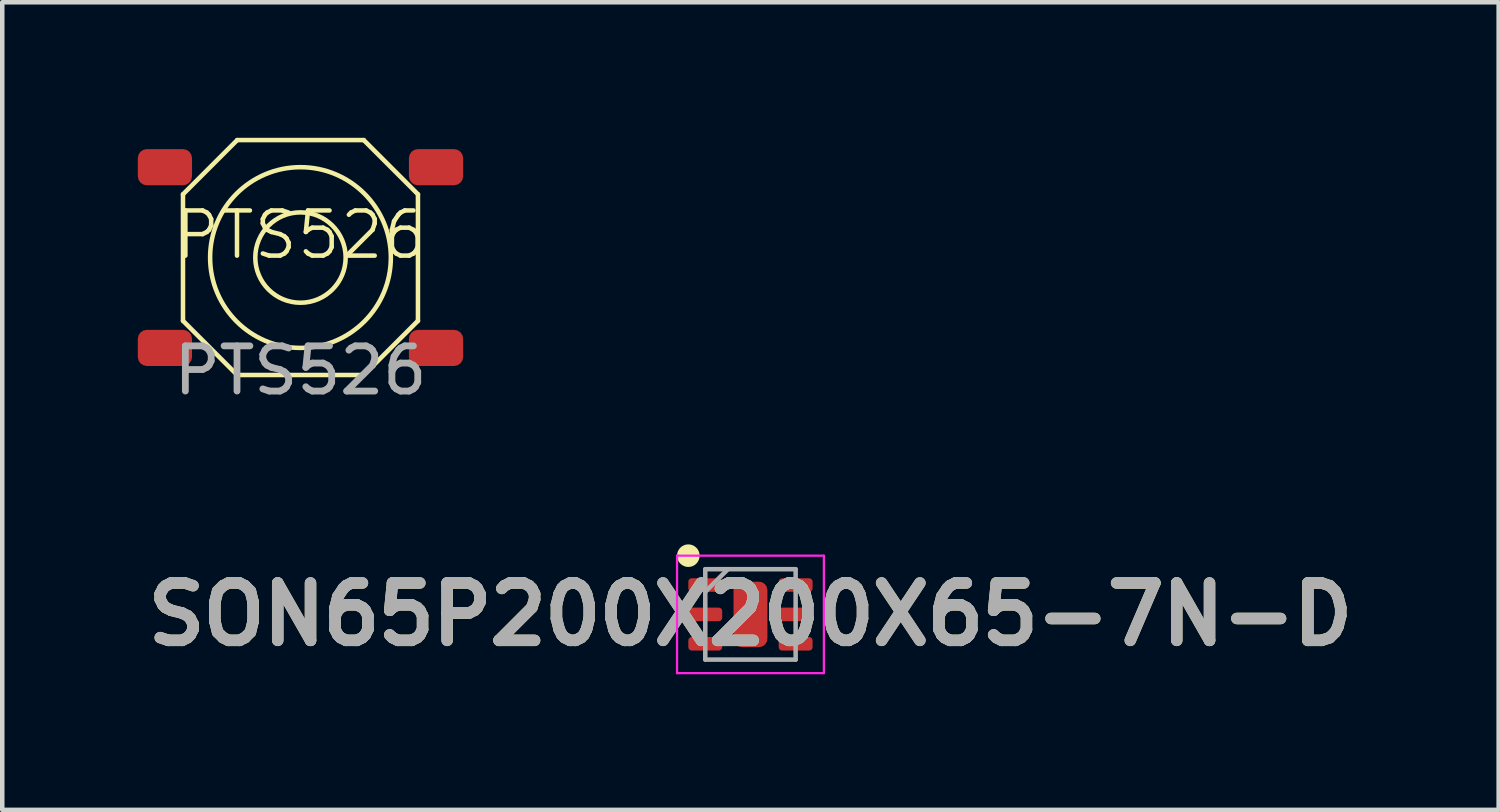
<source format=kicad_pcb>
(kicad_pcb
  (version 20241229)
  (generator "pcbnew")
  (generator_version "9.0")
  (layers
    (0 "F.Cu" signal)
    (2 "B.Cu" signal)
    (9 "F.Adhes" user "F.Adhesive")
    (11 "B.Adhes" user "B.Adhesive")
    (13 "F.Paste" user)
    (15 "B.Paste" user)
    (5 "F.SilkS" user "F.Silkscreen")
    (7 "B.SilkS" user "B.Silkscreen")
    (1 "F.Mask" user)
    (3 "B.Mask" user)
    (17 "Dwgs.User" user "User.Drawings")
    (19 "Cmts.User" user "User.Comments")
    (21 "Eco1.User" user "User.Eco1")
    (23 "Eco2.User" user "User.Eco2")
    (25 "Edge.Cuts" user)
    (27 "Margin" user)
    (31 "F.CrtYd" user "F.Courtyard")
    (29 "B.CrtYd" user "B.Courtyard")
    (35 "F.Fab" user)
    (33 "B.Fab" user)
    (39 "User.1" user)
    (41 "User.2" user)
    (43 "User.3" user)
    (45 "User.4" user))
  (footprint "SON65P200X200X65-7N-D"
    (layer "F.Cu")
    (at 13.559 10.548)
    (property "Reference" "SON65P200X200X65-7N-D" (at 0 0 0) (layer "F.SilkS") (effects (font (size 1.27 1.27) (thickness 0.254))))
    (attr smd)
    (fp_circle (center -1.375 -1.3) (end -1.375 -1.175) (stroke (width 0.25) (type solid)) (fill no) (layer "F.SilkS"))
    (fp_line (start -1.625 -1.3) (end 1.625 -1.3) (stroke (width 0.05) (type solid)) (layer "F.CrtYd"))
    (fp_line (start -1.625 1.3) (end -1.625 -1.3) (stroke (width 0.05) (type solid)) (layer "F.CrtYd"))
    (fp_line (start 1.625 -1.3) (end 1.625 1.3) (stroke (width 0.05) (type solid)) (layer "F.CrtYd"))
    (fp_line (start 1.625 1.3) (end -1.625 1.3) (stroke (width 0.05) (type solid)) (layer "F.CrtYd"))
    (fp_line (start -1 -1) (end 1 -1) (stroke (width 0.1) (type solid)) (layer "F.Fab"))
    (fp_line (start -1 -0.5) (end -0.5 -1) (stroke (width 0.1) (type solid)) (layer "F.Fab"))
    (fp_line (start -1 1) (end -1 -1) (stroke (width 0.1) (type solid)) (layer "F.Fab"))
    (fp_line (start 1 -1) (end 1 1) (stroke (width 0.1) (type solid)) (layer "F.Fab"))
    (fp_line (start 1 1) (end -1 1) (stroke (width 0.1) (type solid)) (layer "F.Fab"))
    (fp_text user "${REFERENCE}" (at 0 0 0) (layer "F.Fab") (effects (font (size 1.27 1.27) (thickness 0.254))))
    (pad "1" smd roundrect (at -1 -0.65 90) (size 0.3 0.75) (layers "F.Cu" "F.Mask" "F.Paste") (roundrect_rratio 0.25))
    (pad "2" smd roundrect (at -1 0 90) (size 0.3 0.75) (layers "F.Cu" "F.Mask" "F.Paste") (roundrect_rratio 0.25))
    (pad "3" smd roundrect (at -1 0.65 90) (size 0.3 0.75) (layers "F.Cu" "F.Mask" "F.Paste") (roundrect_rratio 0.25))
    (pad "4" smd roundrect (at 1 0.65 90) (size 0.3 0.75) (layers "F.Cu" "F.Mask" "F.Paste") (roundrect_rratio 0.25))
    (pad "5" smd roundrect (at 1 0 90) (size 0.3 0.75) (layers "F.Cu" "F.Mask" "F.Paste") (roundrect_rratio 0.25))
    (pad "6" smd roundrect (at 1 -0.65 90) (size 0.3 0.75) (layers "F.Cu" "F.Mask" "F.Paste") (roundrect_rratio 0.25))
    (pad "7" smd roundrect (at 0 0) (size 0.75 1.45) (layers "F.Cu" "F.Mask" "F.Paste") (roundrect_rratio 0.25)))
  (footprint "PTS526"
    (layer "F.Cu")
    (at 3.6 2.65)
    (property "Reference" "PTS526" (at 0 -0.5 0) (unlocked yes) (layer "F.SilkS") (effects (font (size 1 1) (thickness 0.1))))
    (attr smd)
    (fp_line (start -2.6 -1.4) (end -1.4 -2.6) (stroke (width 0.1) (type default)) (layer "F.SilkS"))
    (fp_line (start -2.6 1.4) (end -2.6 -1.4) (stroke (width 0.1) (type default)) (layer "F.SilkS"))
    (fp_line (start -1.4 -2.6) (end 1.4 -2.6) (stroke (width 0.1) (type default)) (layer "F.SilkS"))
    (fp_line (start -1.4 2.6) (end -2.6 1.4) (stroke (width 0.1) (type default)) (layer "F.SilkS"))
    (fp_line (start 1.4 2.6) (end -1.4 2.6) (stroke (width 0.1) (type default)) (layer "F.SilkS"))
    (fp_line (start 1.4 2.6) (end 2.6 1.4) (stroke (width 0.1) (type default)) (layer "F.SilkS"))
    (fp_line (start 2.6 -1.4) (end 1.4 -2.6) (stroke (width 0.1) (type default)) (layer "F.SilkS"))
    (fp_line (start 2.6 -1.4) (end 2.6 1.4) (stroke (width 0.1) (type default)) (layer "F.SilkS"))
    (fp_circle (center 0 0) (end -2 0) (stroke (width 0.1) (type default)) (fill no) (layer "F.SilkS"))
    (fp_circle (center 0 0) (end 1 0) (stroke (width 0.1) (type default)) (fill no) (layer "F.SilkS"))
    (fp_text user "${REFERENCE}" (at 0 2.5 0) (unlocked yes) (layer "F.Fab") (effects (font (size 1 1) (thickness 0.15))))
    (pad "1" smd roundrect (at -3 -2) (size 1.2 0.8) (layers "F.Cu" "F.Mask" "F.Paste") (roundrect_rratio 0.25))
    (pad "2" smd roundrect (at 3 -2) (size 1.2 0.8) (layers "F.Cu" "F.Mask" "F.Paste") (roundrect_rratio 0.25))
    (pad "3" smd roundrect (at 3 2) (size 1.2 0.8) (layers "F.Cu" "F.Mask" "F.Paste") (roundrect_rratio 0.25))
    (pad "4" smd roundrect (at -3 2) (size 1.2 0.8) (layers "F.Cu" "F.Mask" "F.Paste") (roundrect_rratio 0.25)))
  (gr_rect
    (start -3 -3)
    (end 30.118 14.873)
    (stroke (width 0.1) (type default))
    (fill no)
    (layer "Edge.Cuts")))
</source>
